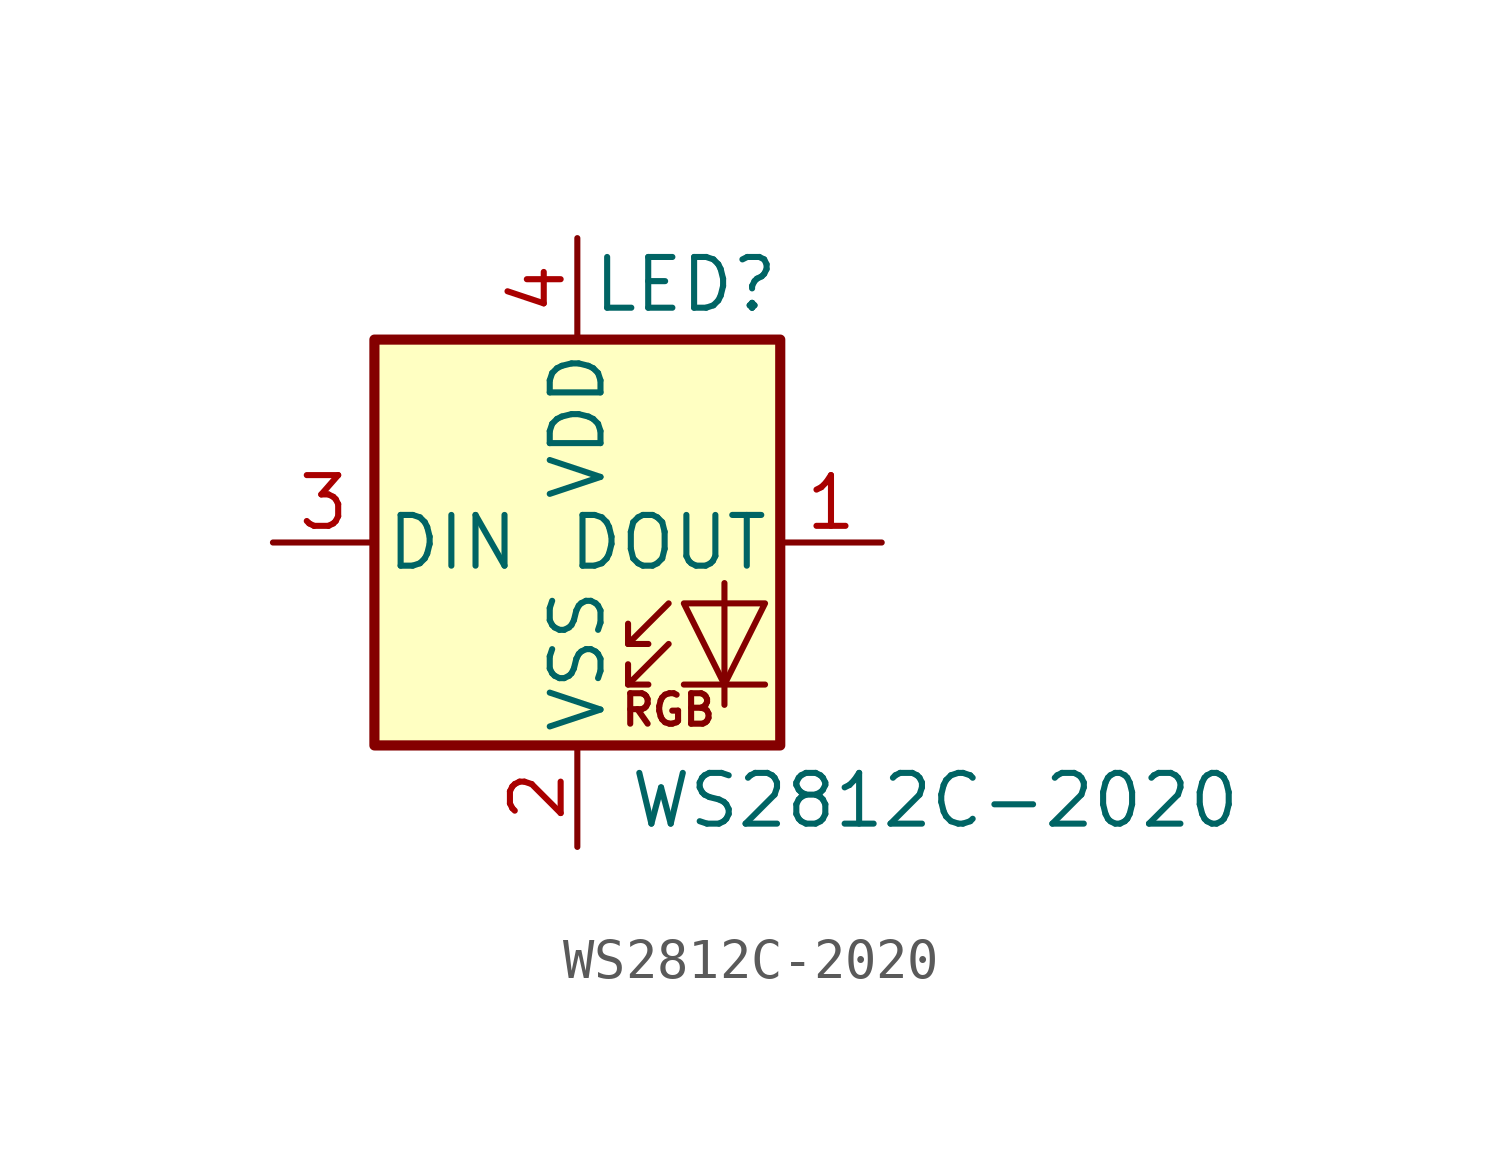
<source format=kicad_sym>
(kicad_symbol_lib
  (version 20231120)
  (generator "kicad_symbol_editor")
  (generator_version "8.0")
  (symbol "WS2812C-2020"
    (pin_names
      (offset 0.254))
    (property "Reference" "LED"
      (at 5.08 5.715 0)
      (effects (font (size 1.27 1.27)) (justify right bottom)))
    (property "Value" "WS2812C-2020"
      (at 1.27 -5.715 0)
      (effects (font (size 1.27 1.27)) (justify left top)))
    (symbol "WS2812C-2020_0_0"
      (text "RGB" (at 2.286 -4.191 0) (effects (font (size 0.762 0.762)))))
    (symbol "WS2812C-2020_0_1"
      (rectangle (start -5.08 5.08) (end 5.08 -5.08) (stroke (width 0.254) (type default)) (fill (type background)))
      (polyline (pts (xy 1.27 -3.556) (xy 1.778 -3.556)) (stroke (width 0) (type default)) (fill (type none)))
      (polyline (pts (xy 1.27 -2.54) (xy 1.778 -2.54)) (stroke (width 0) (type default)) (fill (type none)))
      (polyline (pts (xy 4.699 -3.556) (xy 2.667 -3.556)) (stroke (width 0) (type default)) (fill (type none)))
      (polyline (pts (xy 2.286 -2.54) (xy 1.27 -3.556) (xy 1.27 -3.048)) (stroke (width 0) (type default)) (fill (type none)))
      (polyline (pts (xy 2.286 -1.524) (xy 1.27 -2.54) (xy 1.27 -2.032)) (stroke (width 0) (type default)) (fill (type none)))
      (polyline (pts (xy 3.683 -1.016) (xy 3.683 -3.556) (xy 3.683 -4.064)) (stroke (width 0) (type default)) (fill (type none)))
      (polyline (pts (xy 4.699 -1.524) (xy 2.667 -1.524) (xy 3.683 -3.556) (xy 4.699 -1.524)) (stroke (width 0) (type default)) (fill (type none))))
    (symbol "WS2812C-2020_1_1"
      (pin output line (at 7.62 0 180) (length 2.54) (name "DOUT" (effects (font (size 1.27 1.27)))) (number "1" (effects (font (size 1.27 1.27)))))
      (pin power_in line (at 0 -7.62 90) (length 2.54) (name "VSS" (effects (font (size 1.27 1.27)))) (number "2" (effects (font (size 1.27 1.27)))))
      (pin input line (at -7.62 0 0) (length 2.54) (name "DIN" (effects (font (size 1.27 1.27)))) (number "3" (effects (font (size 1.27 1.27)))))
      (pin power_in line (at 0 7.62 270) (length 2.54) (name "VDD" (effects (font (size 1.27 1.27)))) (number "4" (effects (font (size 1.27 1.27))))))))
</source>
